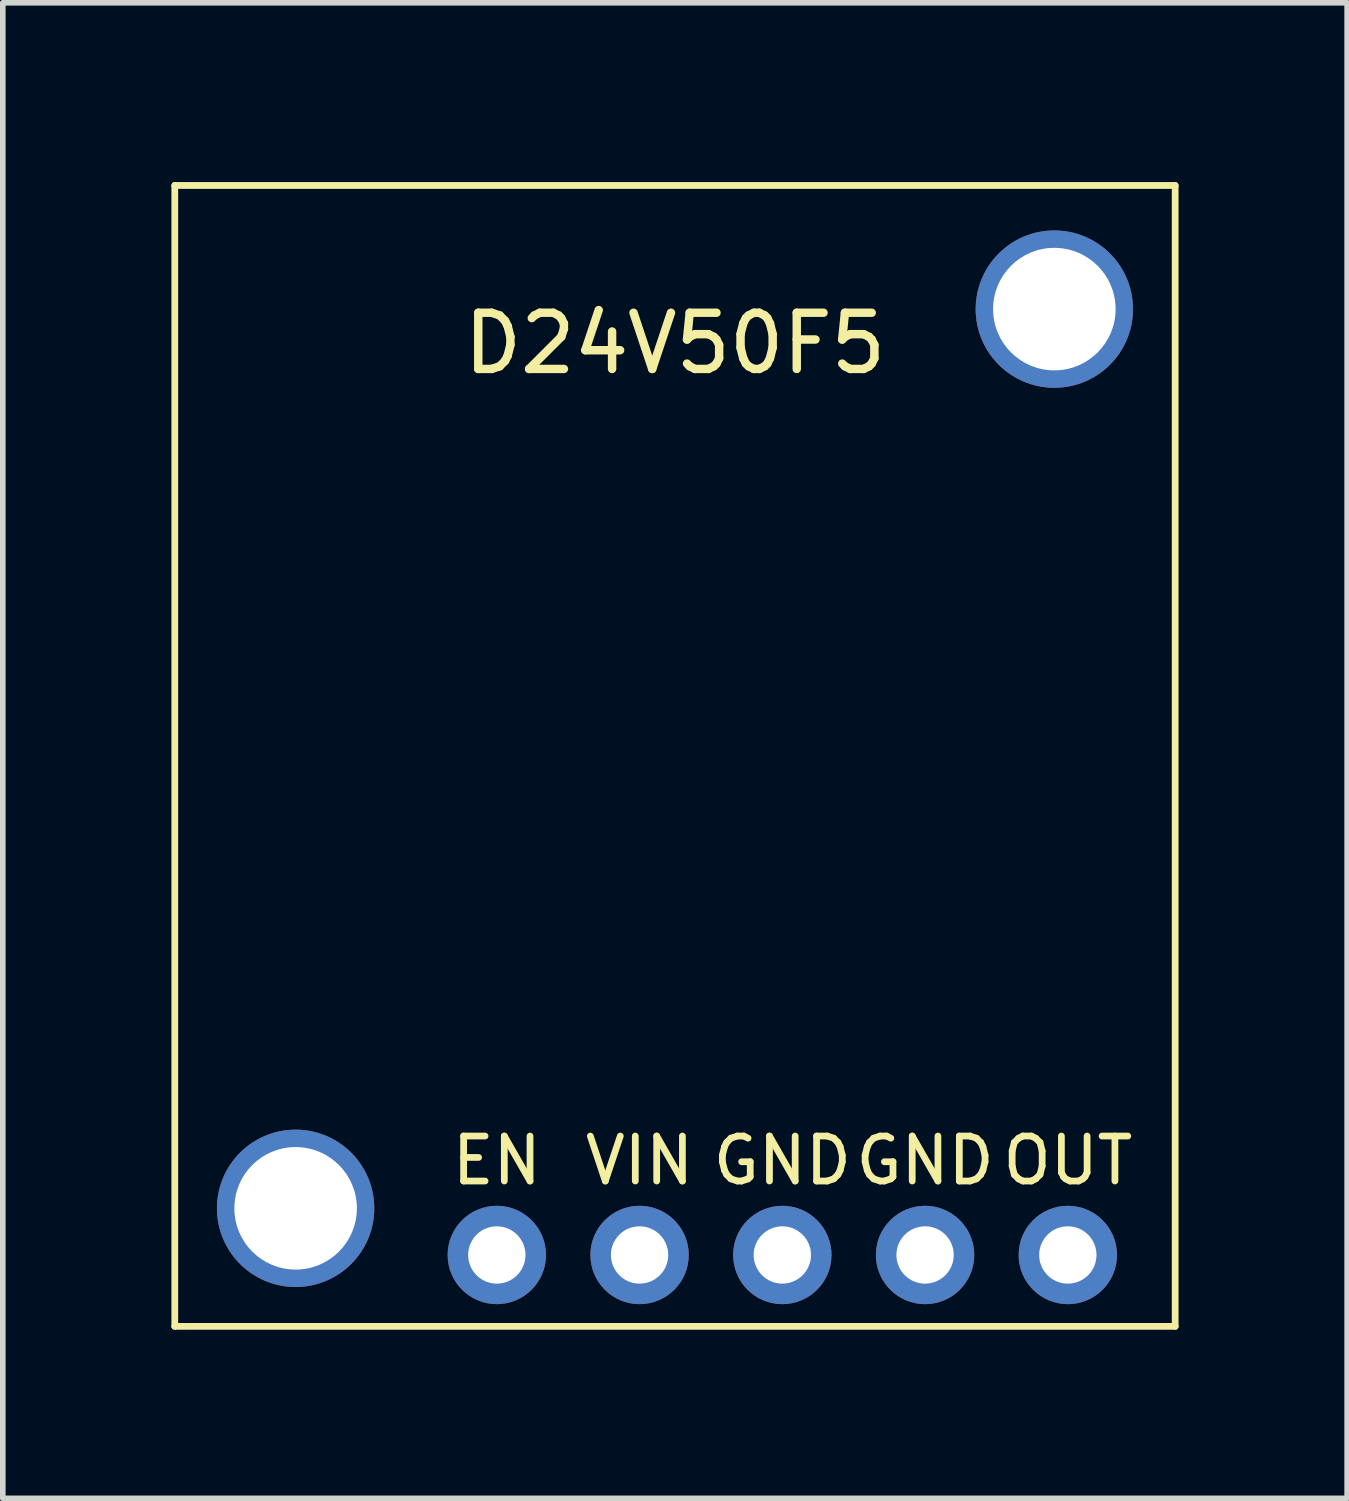
<source format=kicad_pcb>
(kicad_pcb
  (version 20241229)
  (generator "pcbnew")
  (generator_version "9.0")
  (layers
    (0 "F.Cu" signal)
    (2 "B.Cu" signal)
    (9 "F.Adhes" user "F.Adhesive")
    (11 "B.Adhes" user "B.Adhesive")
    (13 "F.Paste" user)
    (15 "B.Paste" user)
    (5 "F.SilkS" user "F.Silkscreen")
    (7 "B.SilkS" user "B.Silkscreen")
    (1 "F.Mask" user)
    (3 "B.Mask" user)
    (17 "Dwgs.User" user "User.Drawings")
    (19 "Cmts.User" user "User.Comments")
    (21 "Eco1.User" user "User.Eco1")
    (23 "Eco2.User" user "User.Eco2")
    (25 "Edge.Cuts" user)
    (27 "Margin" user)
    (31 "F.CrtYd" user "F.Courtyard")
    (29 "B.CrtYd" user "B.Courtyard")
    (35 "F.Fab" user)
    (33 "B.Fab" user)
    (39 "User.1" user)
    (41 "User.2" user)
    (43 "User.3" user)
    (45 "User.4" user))
  (footprint "D24V50F5"
    (layer "F.Cu")
    (at 8.96 0.25)
    (property "Reference" "D24V50F5" (at 0 2.81 0) (layer "F.SilkS") (effects (font (size 1 1) (thickness 0.15))))
    (attr through_hole)
    (fp_line (start -8.9 0) (end -8.9 20.3) (stroke (width 0.12) (type solid)) (layer "F.SilkS"))
    (fp_line (start -8.9 0) (end 8.9 0) (stroke (width 0.12) (type solid)) (layer "F.SilkS"))
    (fp_line (start -8.9 20.3) (end 8.9 20.3) (stroke (width 0.12) (type solid)) (layer "F.SilkS"))
    (fp_line (start 8.9 0) (end 8.9 20.3) (stroke (width 0.12) (type solid)) (layer "F.SilkS"))
    (fp_text user "OUT" (at 6.99 17.35 0) (layer "F.SilkS") (effects (font (size 0.8 0.8) (thickness 0.12))))
    (fp_text user "GND" (at 1.91 17.35 0) (layer "F.SilkS") (effects (font (size 0.8 0.8) (thickness 0.12))))
    (fp_text user "EN" (at -3.17 17.35 0) (layer "F.SilkS") (effects (font (size 0.8 0.8) (thickness 0.12))))
    (fp_text user "GND" (at 4.45 17.35 0) (layer "F.SilkS") (effects (font (size 0.8 0.8) (thickness 0.12))))
    (fp_text user "VIN" (at -0.63 17.35 0) (layer "F.SilkS") (effects (font (size 0.8 0.8) (thickness 0.12))))
    (pad "" np_thru_hole circle (at -6.75 18.2) (size 2.8 2.8) (drill 2.18) (layers "*.Cu" "*.Mask"))
    (pad "" np_thru_hole circle (at 6.75 2.2) (size 2.8 2.8) (drill 2.18) (layers "*.Cu" "*.Mask"))
    (pad "1" thru_hole circle (at -3.17 19.03) (size 1.75 1.75) (drill 1.02) (layers "*.Cu" "*.Mask"))
    (pad "2" thru_hole circle (at -0.63 19.03) (size 1.75 1.75) (drill 1.02) (layers "*.Cu" "*.Mask"))
    (pad "3" thru_hole circle (at 1.91 19.03) (size 1.75 1.75) (drill 1.02) (layers "*.Cu" "*.Mask"))
    (pad "4" thru_hole circle (at 4.45 19.03) (size 1.75 1.75) (drill 1.02) (layers "*.Cu" "*.Mask"))
    (pad "5" thru_hole circle (at 6.99 19.03) (size 1.75 1.75) (drill 1.02) (layers "*.Cu" "*.Mask")))
  (gr_rect
    (start -3 -3)
    (end 20.92 23.61)
    (stroke (width 0.1) (type default))
    (fill no)
    (layer "Edge.Cuts")))
</source>
